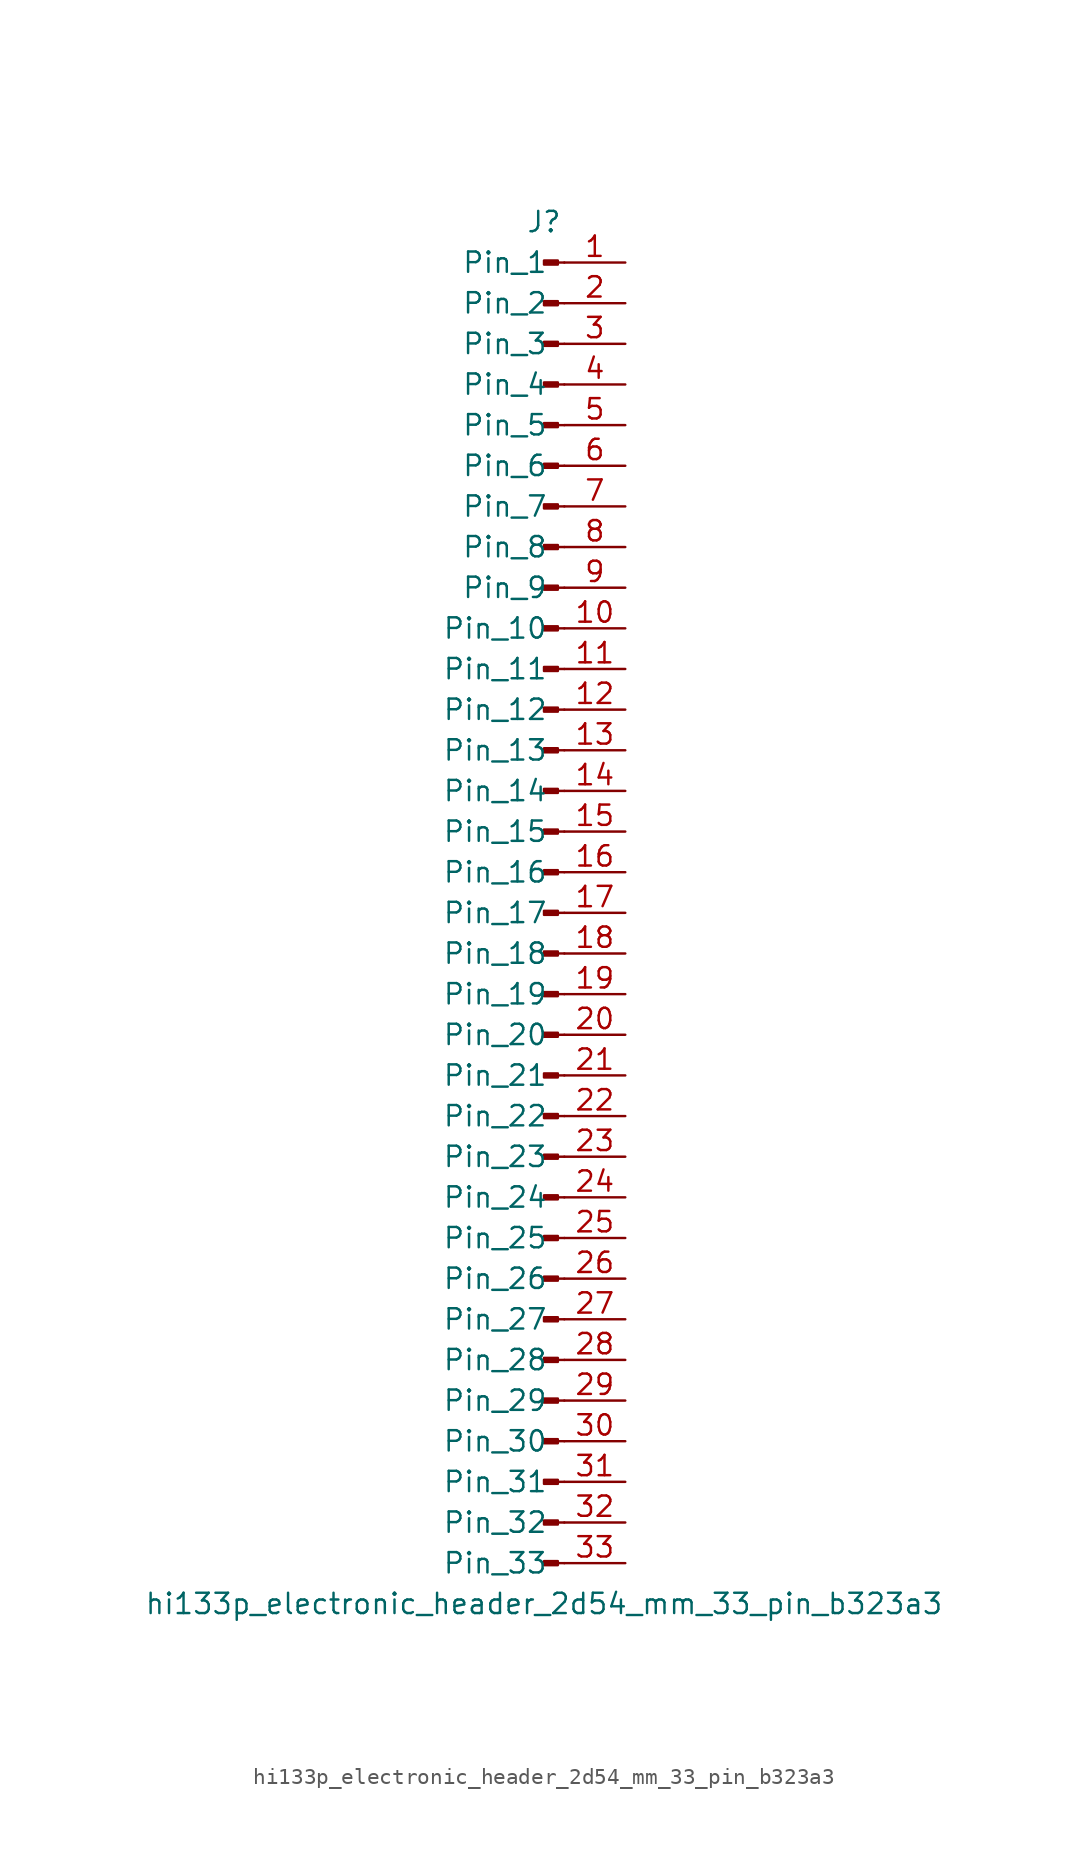
<source format=kicad_sym>
(kicad_symbol_lib
  (version 20220914)
  (generator kicad_symbol_editor)
  (symbol "hi133p_electronic_header_2d54_mm_33_pin_b323a3"
    (pin_names
      (offset 1.016))
    (property "Reference" "J"
      (at 0 43.18 0)
      (effects (font (size 1.27 1.27))))
    (property "Value" "hi133p_electronic_header_2d54_mm_33_pin_b323a3"
      (at 0 -43.18 0)
      (effects (font (size 1.27 1.27))))
    (property "ki_locked" ""
      (at 0 0 0)
      (effects (font (size 1.27 1.27))))
    (symbol "hi133p_electronic_header_2d54_mm_33_pin_b323a3_1_1"
      (polyline (pts (xy 1.27 -40.64) (xy 0.864 -40.64)) (stroke (width 0.152) (type default)) (fill (type none)))
      (polyline (pts (xy 1.27 -38.1) (xy 0.864 -38.1)) (stroke (width 0.152) (type default)) (fill (type none)))
      (polyline (pts (xy 1.27 -35.56) (xy 0.864 -35.56)) (stroke (width 0.152) (type default)) (fill (type none)))
      (polyline (pts (xy 1.27 -33.02) (xy 0.864 -33.02)) (stroke (width 0.152) (type default)) (fill (type none)))
      (polyline (pts (xy 1.27 -30.48) (xy 0.864 -30.48)) (stroke (width 0.152) (type default)) (fill (type none)))
      (polyline (pts (xy 1.27 -27.94) (xy 0.864 -27.94)) (stroke (width 0.152) (type default)) (fill (type none)))
      (polyline (pts (xy 1.27 -25.4) (xy 0.864 -25.4)) (stroke (width 0.152) (type default)) (fill (type none)))
      (polyline (pts (xy 1.27 -22.86) (xy 0.864 -22.86)) (stroke (width 0.152) (type default)) (fill (type none)))
      (polyline (pts (xy 1.27 -20.32) (xy 0.864 -20.32)) (stroke (width 0.152) (type default)) (fill (type none)))
      (polyline (pts (xy 1.27 -17.78) (xy 0.864 -17.78)) (stroke (width 0.152) (type default)) (fill (type none)))
      (polyline (pts (xy 1.27 -15.24) (xy 0.864 -15.24)) (stroke (width 0.152) (type default)) (fill (type none)))
      (polyline (pts (xy 1.27 -12.7) (xy 0.864 -12.7)) (stroke (width 0.152) (type default)) (fill (type none)))
      (polyline (pts (xy 1.27 -10.16) (xy 0.864 -10.16)) (stroke (width 0.152) (type default)) (fill (type none)))
      (polyline (pts (xy 1.27 -7.62) (xy 0.864 -7.62)) (stroke (width 0.152) (type default)) (fill (type none)))
      (polyline (pts (xy 1.27 -5.08) (xy 0.864 -5.08)) (stroke (width 0.152) (type default)) (fill (type none)))
      (polyline (pts (xy 1.27 -2.54) (xy 0.864 -2.54)) (stroke (width 0.152) (type default)) (fill (type none)))
      (polyline (pts (xy 1.27 0) (xy 0.864 0)) (stroke (width 0.152) (type default)) (fill (type none)))
      (polyline (pts (xy 1.27 2.54) (xy 0.864 2.54)) (stroke (width 0.152) (type default)) (fill (type none)))
      (polyline (pts (xy 1.27 5.08) (xy 0.864 5.08)) (stroke (width 0.152) (type default)) (fill (type none)))
      (polyline (pts (xy 1.27 7.62) (xy 0.864 7.62)) (stroke (width 0.152) (type default)) (fill (type none)))
      (polyline (pts (xy 1.27 10.16) (xy 0.864 10.16)) (stroke (width 0.152) (type default)) (fill (type none)))
      (polyline (pts (xy 1.27 12.7) (xy 0.864 12.7)) (stroke (width 0.152) (type default)) (fill (type none)))
      (polyline (pts (xy 1.27 15.24) (xy 0.864 15.24)) (stroke (width 0.152) (type default)) (fill (type none)))
      (polyline (pts (xy 1.27 17.78) (xy 0.864 17.78)) (stroke (width 0.152) (type default)) (fill (type none)))
      (polyline (pts (xy 1.27 20.32) (xy 0.864 20.32)) (stroke (width 0.152) (type default)) (fill (type none)))
      (polyline (pts (xy 1.27 22.86) (xy 0.864 22.86)) (stroke (width 0.152) (type default)) (fill (type none)))
      (polyline (pts (xy 1.27 25.4) (xy 0.864 25.4)) (stroke (width 0.152) (type default)) (fill (type none)))
      (polyline (pts (xy 1.27 27.94) (xy 0.864 27.94)) (stroke (width 0.152) (type default)) (fill (type none)))
      (polyline (pts (xy 1.27 30.48) (xy 0.864 30.48)) (stroke (width 0.152) (type default)) (fill (type none)))
      (polyline (pts (xy 1.27 33.02) (xy 0.864 33.02)) (stroke (width 0.152) (type default)) (fill (type none)))
      (polyline (pts (xy 1.27 35.56) (xy 0.864 35.56)) (stroke (width 0.152) (type default)) (fill (type none)))
      (polyline (pts (xy 1.27 38.1) (xy 0.864 38.1)) (stroke (width 0.152) (type default)) (fill (type none)))
      (polyline (pts (xy 1.27 40.64) (xy 0.864 40.64)) (stroke (width 0.152) (type default)) (fill (type none)))
      (rectangle (start 0.864 -40.513) (end 0 -40.767) (stroke (width 0.152) (type default)) (fill (type outline)))
      (rectangle (start 0.864 -37.973) (end 0 -38.227) (stroke (width 0.152) (type default)) (fill (type outline)))
      (rectangle (start 0.864 -35.433) (end 0 -35.687) (stroke (width 0.152) (type default)) (fill (type outline)))
      (rectangle (start 0.864 -32.893) (end 0 -33.147) (stroke (width 0.152) (type default)) (fill (type outline)))
      (rectangle (start 0.864 -30.353) (end 0 -30.607) (stroke (width 0.152) (type default)) (fill (type outline)))
      (rectangle (start 0.864 -27.813) (end 0 -28.067) (stroke (width 0.152) (type default)) (fill (type outline)))
      (rectangle (start 0.864 -25.273) (end 0 -25.527) (stroke (width 0.152) (type default)) (fill (type outline)))
      (rectangle (start 0.864 -22.733) (end 0 -22.987) (stroke (width 0.152) (type default)) (fill (type outline)))
      (rectangle (start 0.864 -20.193) (end 0 -20.447) (stroke (width 0.152) (type default)) (fill (type outline)))
      (rectangle (start 0.864 -17.653) (end 0 -17.907) (stroke (width 0.152) (type default)) (fill (type outline)))
      (rectangle (start 0.864 -15.113) (end 0 -15.367) (stroke (width 0.152) (type default)) (fill (type outline)))
      (rectangle (start 0.864 -12.573) (end 0 -12.827) (stroke (width 0.152) (type default)) (fill (type outline)))
      (rectangle (start 0.864 -10.033) (end 0 -10.287) (stroke (width 0.152) (type default)) (fill (type outline)))
      (rectangle (start 0.864 -7.493) (end 0 -7.747) (stroke (width 0.152) (type default)) (fill (type outline)))
      (rectangle (start 0.864 -4.953) (end 0 -5.207) (stroke (width 0.152) (type default)) (fill (type outline)))
      (rectangle (start 0.864 -2.413) (end 0 -2.667) (stroke (width 0.152) (type default)) (fill (type outline)))
      (rectangle (start 0.864 0.127) (end 0 -0.127) (stroke (width 0.152) (type default)) (fill (type outline)))
      (rectangle (start 0.864 2.667) (end 0 2.413) (stroke (width 0.152) (type default)) (fill (type outline)))
      (rectangle (start 0.864 5.207) (end 0 4.953) (stroke (width 0.152) (type default)) (fill (type outline)))
      (rectangle (start 0.864 7.747) (end 0 7.493) (stroke (width 0.152) (type default)) (fill (type outline)))
      (rectangle (start 0.864 10.287) (end 0 10.033) (stroke (width 0.152) (type default)) (fill (type outline)))
      (rectangle (start 0.864 12.827) (end 0 12.573) (stroke (width 0.152) (type default)) (fill (type outline)))
      (rectangle (start 0.864 15.367) (end 0 15.113) (stroke (width 0.152) (type default)) (fill (type outline)))
      (rectangle (start 0.864 17.907) (end 0 17.653) (stroke (width 0.152) (type default)) (fill (type outline)))
      (rectangle (start 0.864 20.447) (end 0 20.193) (stroke (width 0.152) (type default)) (fill (type outline)))
      (rectangle (start 0.864 22.987) (end 0 22.733) (stroke (width 0.152) (type default)) (fill (type outline)))
      (rectangle (start 0.864 25.527) (end 0 25.273) (stroke (width 0.152) (type default)) (fill (type outline)))
      (rectangle (start 0.864 28.067) (end 0 27.813) (stroke (width 0.152) (type default)) (fill (type outline)))
      (rectangle (start 0.864 30.607) (end 0 30.353) (stroke (width 0.152) (type default)) (fill (type outline)))
      (rectangle (start 0.864 33.147) (end 0 32.893) (stroke (width 0.152) (type default)) (fill (type outline)))
      (rectangle (start 0.864 35.687) (end 0 35.433) (stroke (width 0.152) (type default)) (fill (type outline)))
      (rectangle (start 0.864 38.227) (end 0 37.973) (stroke (width 0.152) (type default)) (fill (type outline)))
      (rectangle (start 0.864 40.767) (end 0 40.513) (stroke (width 0.152) (type default)) (fill (type outline)))
      (pin passive line (at 5.08 40.64 180) (length 3.81) (name "Pin_1" (effects (font (size 1.27 1.27)))) (number "1" (effects (font (size 1.27 1.27)))))
      (pin passive line (at 5.08 17.78 180) (length 3.81) (name "Pin_10" (effects (font (size 1.27 1.27)))) (number "10" (effects (font (size 1.27 1.27)))))
      (pin passive line (at 5.08 15.24 180) (length 3.81) (name "Pin_11" (effects (font (size 1.27 1.27)))) (number "11" (effects (font (size 1.27 1.27)))))
      (pin passive line (at 5.08 12.7 180) (length 3.81) (name "Pin_12" (effects (font (size 1.27 1.27)))) (number "12" (effects (font (size 1.27 1.27)))))
      (pin passive line (at 5.08 10.16 180) (length 3.81) (name "Pin_13" (effects (font (size 1.27 1.27)))) (number "13" (effects (font (size 1.27 1.27)))))
      (pin passive line (at 5.08 7.62 180) (length 3.81) (name "Pin_14" (effects (font (size 1.27 1.27)))) (number "14" (effects (font (size 1.27 1.27)))))
      (pin passive line (at 5.08 5.08 180) (length 3.81) (name "Pin_15" (effects (font (size 1.27 1.27)))) (number "15" (effects (font (size 1.27 1.27)))))
      (pin passive line (at 5.08 2.54 180) (length 3.81) (name "Pin_16" (effects (font (size 1.27 1.27)))) (number "16" (effects (font (size 1.27 1.27)))))
      (pin passive line (at 5.08 0 180) (length 3.81) (name "Pin_17" (effects (font (size 1.27 1.27)))) (number "17" (effects (font (size 1.27 1.27)))))
      (pin passive line (at 5.08 -2.54 180) (length 3.81) (name "Pin_18" (effects (font (size 1.27 1.27)))) (number "18" (effects (font (size 1.27 1.27)))))
      (pin passive line (at 5.08 -5.08 180) (length 3.81) (name "Pin_19" (effects (font (size 1.27 1.27)))) (number "19" (effects (font (size 1.27 1.27)))))
      (pin passive line (at 5.08 38.1 180) (length 3.81) (name "Pin_2" (effects (font (size 1.27 1.27)))) (number "2" (effects (font (size 1.27 1.27)))))
      (pin passive line (at 5.08 -7.62 180) (length 3.81) (name "Pin_20" (effects (font (size 1.27 1.27)))) (number "20" (effects (font (size 1.27 1.27)))))
      (pin passive line (at 5.08 -10.16 180) (length 3.81) (name "Pin_21" (effects (font (size 1.27 1.27)))) (number "21" (effects (font (size 1.27 1.27)))))
      (pin passive line (at 5.08 -12.7 180) (length 3.81) (name "Pin_22" (effects (font (size 1.27 1.27)))) (number "22" (effects (font (size 1.27 1.27)))))
      (pin passive line (at 5.08 -15.24 180) (length 3.81) (name "Pin_23" (effects (font (size 1.27 1.27)))) (number "23" (effects (font (size 1.27 1.27)))))
      (pin passive line (at 5.08 -17.78 180) (length 3.81) (name "Pin_24" (effects (font (size 1.27 1.27)))) (number "24" (effects (font (size 1.27 1.27)))))
      (pin passive line (at 5.08 -20.32 180) (length 3.81) (name "Pin_25" (effects (font (size 1.27 1.27)))) (number "25" (effects (font (size 1.27 1.27)))))
      (pin passive line (at 5.08 -22.86 180) (length 3.81) (name "Pin_26" (effects (font (size 1.27 1.27)))) (number "26" (effects (font (size 1.27 1.27)))))
      (pin passive line (at 5.08 -25.4 180) (length 3.81) (name "Pin_27" (effects (font (size 1.27 1.27)))) (number "27" (effects (font (size 1.27 1.27)))))
      (pin passive line (at 5.08 -27.94 180) (length 3.81) (name "Pin_28" (effects (font (size 1.27 1.27)))) (number "28" (effects (font (size 1.27 1.27)))))
      (pin passive line (at 5.08 -30.48 180) (length 3.81) (name "Pin_29" (effects (font (size 1.27 1.27)))) (number "29" (effects (font (size 1.27 1.27)))))
      (pin passive line (at 5.08 35.56 180) (length 3.81) (name "Pin_3" (effects (font (size 1.27 1.27)))) (number "3" (effects (font (size 1.27 1.27)))))
      (pin passive line (at 5.08 -33.02 180) (length 3.81) (name "Pin_30" (effects (font (size 1.27 1.27)))) (number "30" (effects (font (size 1.27 1.27)))))
      (pin passive line (at 5.08 -35.56 180) (length 3.81) (name "Pin_31" (effects (font (size 1.27 1.27)))) (number "31" (effects (font (size 1.27 1.27)))))
      (pin passive line (at 5.08 -38.1 180) (length 3.81) (name "Pin_32" (effects (font (size 1.27 1.27)))) (number "32" (effects (font (size 1.27 1.27)))))
      (pin passive line (at 5.08 -40.64 180) (length 3.81) (name "Pin_33" (effects (font (size 1.27 1.27)))) (number "33" (effects (font (size 1.27 1.27)))))
      (pin passive line (at 5.08 33.02 180) (length 3.81) (name "Pin_4" (effects (font (size 1.27 1.27)))) (number "4" (effects (font (size 1.27 1.27)))))
      (pin passive line (at 5.08 30.48 180) (length 3.81) (name "Pin_5" (effects (font (size 1.27 1.27)))) (number "5" (effects (font (size 1.27 1.27)))))
      (pin passive line (at 5.08 27.94 180) (length 3.81) (name "Pin_6" (effects (font (size 1.27 1.27)))) (number "6" (effects (font (size 1.27 1.27)))))
      (pin passive line (at 5.08 25.4 180) (length 3.81) (name "Pin_7" (effects (font (size 1.27 1.27)))) (number "7" (effects (font (size 1.27 1.27)))))
      (pin passive line (at 5.08 22.86 180) (length 3.81) (name "Pin_8" (effects (font (size 1.27 1.27)))) (number "8" (effects (font (size 1.27 1.27)))))
      (pin passive line (at 5.08 20.32 180) (length 3.81) (name "Pin_9" (effects (font (size 1.27 1.27)))) (number "9" (effects (font (size 1.27 1.27))))))))
</source>
